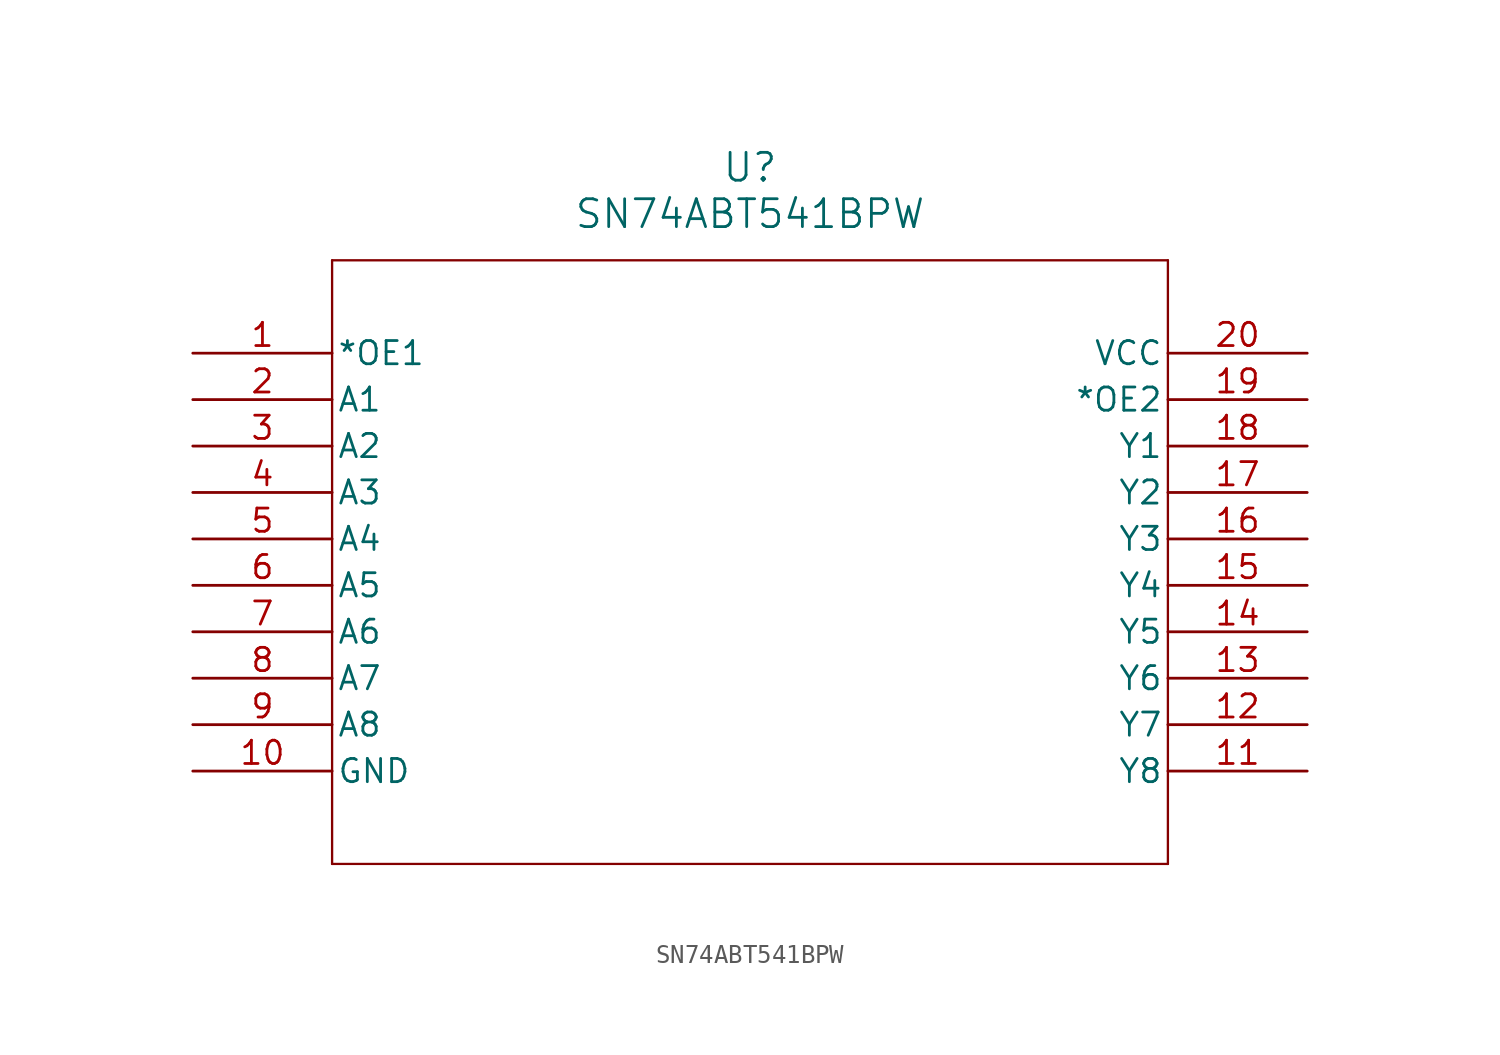
<source format=kicad_sym>
(kicad_symbol_lib
  (version 20211014)
  (generator kicad_symbol_editor)
  (symbol "SN74ABT541BPW"
    (pin_names
      (offset 0.254))
    (property "Reference" "U"
      (at 30.48 10.16 0)
      (effects (font (size 1.524 1.524))))
    (property "Value" "SN74ABT541BPW"
      (at 30.48 7.62 0)
      (effects (font (size 1.524 1.524))))
    (symbol "SN74ABT541BPW_0_1"
      (polyline (pts (xy 7.62 5.08) (xy 7.62 -27.94)) (stroke (width 0.127) (type default) (color 0 0 0 0)) (fill (type none)))
      (polyline (pts (xy 7.62 -27.94) (xy 53.34 -27.94)) (stroke (width 0.127) (type default) (color 0 0 0 0)) (fill (type none)))
      (polyline (pts (xy 53.34 -27.94) (xy 53.34 5.08)) (stroke (width 0.127) (type default) (color 0 0 0 0)) (fill (type none)))
      (polyline (pts (xy 53.34 5.08) (xy 7.62 5.08)) (stroke (width 0.127) (type default) (color 0 0 0 0)) (fill (type none)))
      (pin input line (at 0 0 0) (length 7.62) (name "*OE1" (effects (font (size 1.27 1.27)))) (number "1" (effects (font (size 1.27 1.27)))))
      (pin input line (at 0 -2.54 0) (length 7.62) (name "A1" (effects (font (size 1.27 1.27)))) (number "2" (effects (font (size 1.27 1.27)))))
      (pin input line (at 0 -5.08 0) (length 7.62) (name "A2" (effects (font (size 1.27 1.27)))) (number "3" (effects (font (size 1.27 1.27)))))
      (pin input line (at 0 -7.62 0) (length 7.62) (name "A3" (effects (font (size 1.27 1.27)))) (number "4" (effects (font (size 1.27 1.27)))))
      (pin input line (at 0 -10.16 0) (length 7.62) (name "A4" (effects (font (size 1.27 1.27)))) (number "5" (effects (font (size 1.27 1.27)))))
      (pin input line (at 0 -12.7 0) (length 7.62) (name "A5" (effects (font (size 1.27 1.27)))) (number "6" (effects (font (size 1.27 1.27)))))
      (pin input line (at 0 -15.24 0) (length 7.62) (name "A6" (effects (font (size 1.27 1.27)))) (number "7" (effects (font (size 1.27 1.27)))))
      (pin input line (at 0 -17.78 0) (length 7.62) (name "A7" (effects (font (size 1.27 1.27)))) (number "8" (effects (font (size 1.27 1.27)))))
      (pin input line (at 0 -20.32 0) (length 7.62) (name "A8" (effects (font (size 1.27 1.27)))) (number "9" (effects (font (size 1.27 1.27)))))
      (pin power_in line (at 0 -22.86 0) (length 7.62) (name "GND" (effects (font (size 1.27 1.27)))) (number "10" (effects (font (size 1.27 1.27)))))
      (pin output line (at 60.96 -22.86 180) (length 7.62) (name "Y8" (effects (font (size 1.27 1.27)))) (number "11" (effects (font (size 1.27 1.27)))))
      (pin output line (at 60.96 -20.32 180) (length 7.62) (name "Y7" (effects (font (size 1.27 1.27)))) (number "12" (effects (font (size 1.27 1.27)))))
      (pin output line (at 60.96 -17.78 180) (length 7.62) (name "Y6" (effects (font (size 1.27 1.27)))) (number "13" (effects (font (size 1.27 1.27)))))
      (pin output line (at 60.96 -15.24 180) (length 7.62) (name "Y5" (effects (font (size 1.27 1.27)))) (number "14" (effects (font (size 1.27 1.27)))))
      (pin output line (at 60.96 -12.7 180) (length 7.62) (name "Y4" (effects (font (size 1.27 1.27)))) (number "15" (effects (font (size 1.27 1.27)))))
      (pin output line (at 60.96 -10.16 180) (length 7.62) (name "Y3" (effects (font (size 1.27 1.27)))) (number "16" (effects (font (size 1.27 1.27)))))
      (pin output line (at 60.96 -7.62 180) (length 7.62) (name "Y2" (effects (font (size 1.27 1.27)))) (number "17" (effects (font (size 1.27 1.27)))))
      (pin output line (at 60.96 -5.08 180) (length 7.62) (name "Y1" (effects (font (size 1.27 1.27)))) (number "18" (effects (font (size 1.27 1.27)))))
      (pin input line (at 60.96 -2.54 180) (length 7.62) (name "*OE2" (effects (font (size 1.27 1.27)))) (number "19" (effects (font (size 1.27 1.27)))))
      (pin power_in line (at 60.96 0 180) (length 7.62) (name "VCC" (effects (font (size 1.27 1.27)))) (number "20" (effects (font (size 1.27 1.27))))))))
</source>
